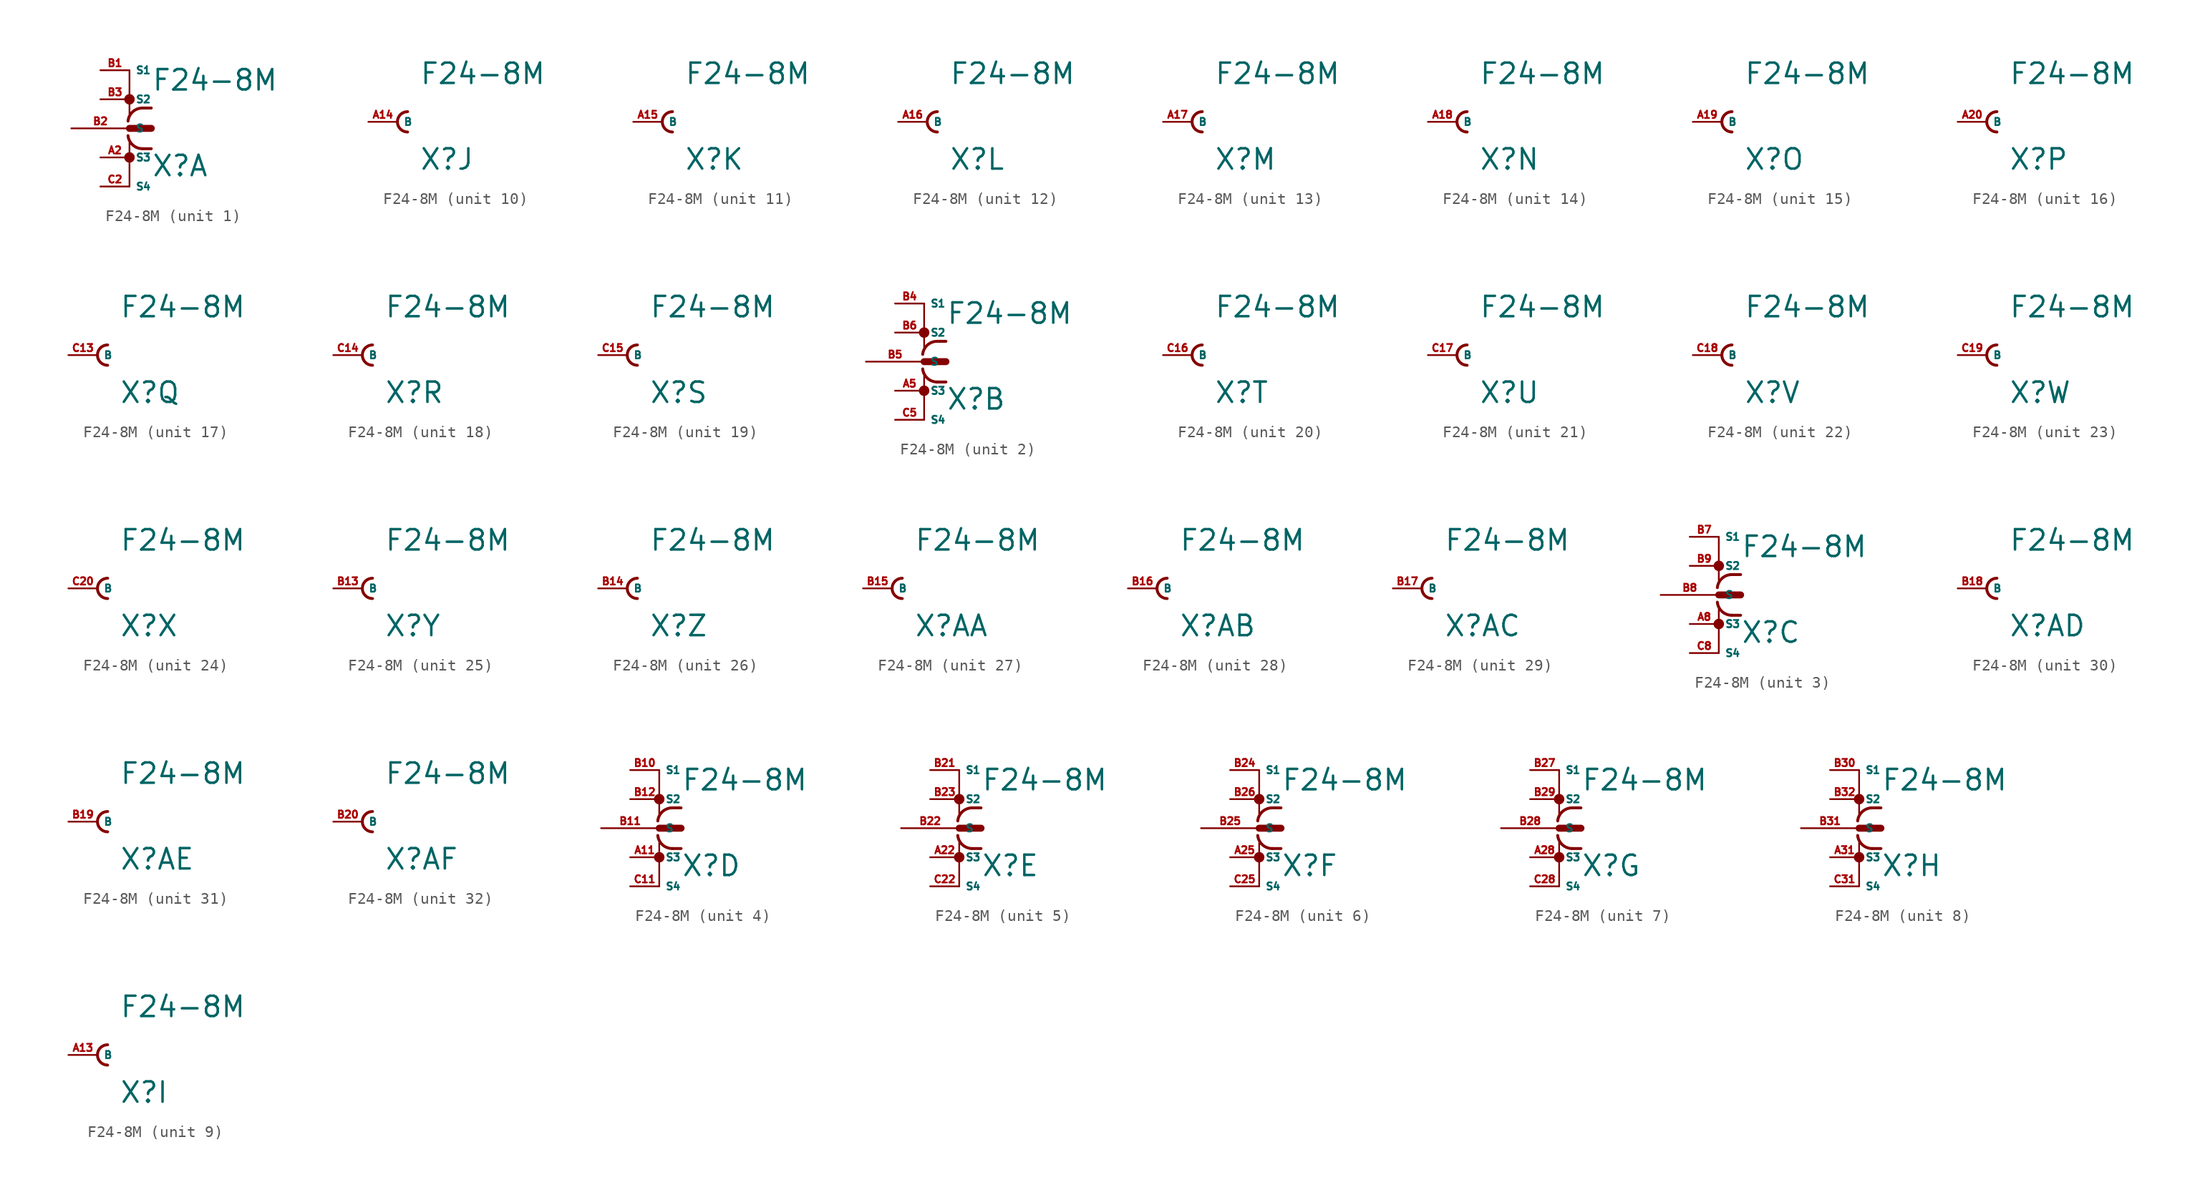
<source format=kicad_sym>
(kicad_symbol_lib
  (version 20220914)
  (generator Eagle2Kicad)
  (symbol "F24-8M"
    (property "Reference" "X"
      (at 1.905 -4.318 0)
      (effects (font (size 1.778 1.778) (thickness 0.22)) (justify left bottom)))
    (property "Value" "F24-8M"
      (at 1.905 3.175 0)
      (effects (font (size 1.778 1.778) (thickness 0.22)) (justify left bottom)))
    (symbol "F24-8M_1_0"
      (polyline (pts (xy 0 0) (xy 1.905 0)) (stroke (width 0.61) (type default)) (fill (type none)))
      (polyline (pts (xy 0 5.08) (xy 0 1.27)) (stroke (width 0.152) (type default)) (fill (type none)))
      (polyline (pts (xy 0 -5.08) (xy 0 -1.27)) (stroke (width 0.152) (type default)) (fill (type none)))
      (polyline (pts (xy 1.905 1.778) (xy 1.143 1.778)) (stroke (width 0.254) (type default)) (fill (type none)))
      (polyline (pts (xy 1.905 -1.778) (xy 1.143 -1.778)) (stroke (width 0.254) (type default)) (fill (type none)))
      (arc (start 1.143 1.778) (mid 0.287 1.452) (end -0.127 0.635) (stroke (width 0.254) (type default)) (fill (type none)))
      (arc (start -0.127 -0.635) (mid 0.287 -1.452) (end 1.143 -1.778) (stroke (width 0.254) (type default)) (fill (type none)))
      (circle (center 0 2.54) (radius 0.254) (stroke (width 0.406) (type default)) (fill (type none)))
      (circle (center 0 -2.54) (radius 0.254) (stroke (width 0.406) (type default)) (fill (type none)))
      (pin passive line (at -5.08 0 0) (length 5.08) (name "S" (effects (font (size 0.635 0.635) (thickness 0.08)) (justify left bottom))) (number "B2" (effects (font (size 0.635 0.635) (thickness 0.08)) (justify left bottom))))
      (pin passive line (at -2.54 5.08 0) (length 2.54) (name "S1" (effects (font (size 0.635 0.635) (thickness 0.08)) (justify left bottom))) (number "B1" (effects (font (size 0.635 0.635) (thickness 0.08)) (justify left bottom))))
      (pin passive line (at -2.54 2.54 0) (length 2.54) (name "S2" (effects (font (size 0.635 0.635) (thickness 0.08)) (justify left bottom))) (number "B3" (effects (font (size 0.635 0.635) (thickness 0.08)) (justify left bottom))))
      (pin passive line (at -2.54 -2.54 0) (length 2.54) (name "S3" (effects (font (size 0.635 0.635) (thickness 0.08)) (justify left bottom))) (number "A2" (effects (font (size 0.635 0.635) (thickness 0.08)) (justify left bottom))))
      (pin passive line (at -2.54 -5.08 0) (length 2.54) (name "S4" (effects (font (size 0.635 0.635) (thickness 0.08)) (justify left bottom))) (number "C2" (effects (font (size 0.635 0.635) (thickness 0.08)) (justify left bottom)))))
    (symbol "F24-8M_2_0"
      (polyline (pts (xy 0 0) (xy 1.905 0)) (stroke (width 0.61) (type default)) (fill (type none)))
      (polyline (pts (xy 0 5.08) (xy 0 1.27)) (stroke (width 0.152) (type default)) (fill (type none)))
      (polyline (pts (xy 0 -5.08) (xy 0 -1.27)) (stroke (width 0.152) (type default)) (fill (type none)))
      (polyline (pts (xy 1.905 1.778) (xy 1.143 1.778)) (stroke (width 0.254) (type default)) (fill (type none)))
      (polyline (pts (xy 1.905 -1.778) (xy 1.143 -1.778)) (stroke (width 0.254) (type default)) (fill (type none)))
      (arc (start 1.143 1.778) (mid 0.287 1.452) (end -0.127 0.635) (stroke (width 0.254) (type default)) (fill (type none)))
      (arc (start -0.127 -0.635) (mid 0.287 -1.452) (end 1.143 -1.778) (stroke (width 0.254) (type default)) (fill (type none)))
      (circle (center 0 2.54) (radius 0.254) (stroke (width 0.406) (type default)) (fill (type none)))
      (circle (center 0 -2.54) (radius 0.254) (stroke (width 0.406) (type default)) (fill (type none)))
      (pin passive line (at -5.08 0 0) (length 5.08) (name "S" (effects (font (size 0.635 0.635) (thickness 0.08)) (justify left bottom))) (number "B5" (effects (font (size 0.635 0.635) (thickness 0.08)) (justify left bottom))))
      (pin passive line (at -2.54 5.08 0) (length 2.54) (name "S1" (effects (font (size 0.635 0.635) (thickness 0.08)) (justify left bottom))) (number "B4" (effects (font (size 0.635 0.635) (thickness 0.08)) (justify left bottom))))
      (pin passive line (at -2.54 2.54 0) (length 2.54) (name "S2" (effects (font (size 0.635 0.635) (thickness 0.08)) (justify left bottom))) (number "B6" (effects (font (size 0.635 0.635) (thickness 0.08)) (justify left bottom))))
      (pin passive line (at -2.54 -2.54 0) (length 2.54) (name "S3" (effects (font (size 0.635 0.635) (thickness 0.08)) (justify left bottom))) (number "A5" (effects (font (size 0.635 0.635) (thickness 0.08)) (justify left bottom))))
      (pin passive line (at -2.54 -5.08 0) (length 2.54) (name "S4" (effects (font (size 0.635 0.635) (thickness 0.08)) (justify left bottom))) (number "C5" (effects (font (size 0.635 0.635) (thickness 0.08)) (justify left bottom)))))
    (symbol "F24-8M_3_0"
      (polyline (pts (xy 0 0) (xy 1.905 0)) (stroke (width 0.61) (type default)) (fill (type none)))
      (polyline (pts (xy 0 5.08) (xy 0 1.27)) (stroke (width 0.152) (type default)) (fill (type none)))
      (polyline (pts (xy 0 -5.08) (xy 0 -1.27)) (stroke (width 0.152) (type default)) (fill (type none)))
      (polyline (pts (xy 1.905 1.778) (xy 1.143 1.778)) (stroke (width 0.254) (type default)) (fill (type none)))
      (polyline (pts (xy 1.905 -1.778) (xy 1.143 -1.778)) (stroke (width 0.254) (type default)) (fill (type none)))
      (arc (start 1.143 1.778) (mid 0.287 1.452) (end -0.127 0.635) (stroke (width 0.254) (type default)) (fill (type none)))
      (arc (start -0.127 -0.635) (mid 0.287 -1.452) (end 1.143 -1.778) (stroke (width 0.254) (type default)) (fill (type none)))
      (circle (center 0 2.54) (radius 0.254) (stroke (width 0.406) (type default)) (fill (type none)))
      (circle (center 0 -2.54) (radius 0.254) (stroke (width 0.406) (type default)) (fill (type none)))
      (pin passive line (at -5.08 0 0) (length 5.08) (name "S" (effects (font (size 0.635 0.635) (thickness 0.08)) (justify left bottom))) (number "B8" (effects (font (size 0.635 0.635) (thickness 0.08)) (justify left bottom))))
      (pin passive line (at -2.54 5.08 0) (length 2.54) (name "S1" (effects (font (size 0.635 0.635) (thickness 0.08)) (justify left bottom))) (number "B7" (effects (font (size 0.635 0.635) (thickness 0.08)) (justify left bottom))))
      (pin passive line (at -2.54 2.54 0) (length 2.54) (name "S2" (effects (font (size 0.635 0.635) (thickness 0.08)) (justify left bottom))) (number "B9" (effects (font (size 0.635 0.635) (thickness 0.08)) (justify left bottom))))
      (pin passive line (at -2.54 -2.54 0) (length 2.54) (name "S3" (effects (font (size 0.635 0.635) (thickness 0.08)) (justify left bottom))) (number "A8" (effects (font (size 0.635 0.635) (thickness 0.08)) (justify left bottom))))
      (pin passive line (at -2.54 -5.08 0) (length 2.54) (name "S4" (effects (font (size 0.635 0.635) (thickness 0.08)) (justify left bottom))) (number "C8" (effects (font (size 0.635 0.635) (thickness 0.08)) (justify left bottom)))))
    (symbol "F24-8M_4_0"
      (polyline (pts (xy 0 0) (xy 1.905 0)) (stroke (width 0.61) (type default)) (fill (type none)))
      (polyline (pts (xy 0 5.08) (xy 0 1.27)) (stroke (width 0.152) (type default)) (fill (type none)))
      (polyline (pts (xy 0 -5.08) (xy 0 -1.27)) (stroke (width 0.152) (type default)) (fill (type none)))
      (polyline (pts (xy 1.905 1.778) (xy 1.143 1.778)) (stroke (width 0.254) (type default)) (fill (type none)))
      (polyline (pts (xy 1.905 -1.778) (xy 1.143 -1.778)) (stroke (width 0.254) (type default)) (fill (type none)))
      (arc (start 1.143 1.778) (mid 0.287 1.452) (end -0.127 0.635) (stroke (width 0.254) (type default)) (fill (type none)))
      (arc (start -0.127 -0.635) (mid 0.287 -1.452) (end 1.143 -1.778) (stroke (width 0.254) (type default)) (fill (type none)))
      (circle (center 0 2.54) (radius 0.254) (stroke (width 0.406) (type default)) (fill (type none)))
      (circle (center 0 -2.54) (radius 0.254) (stroke (width 0.406) (type default)) (fill (type none)))
      (pin passive line (at -5.08 0 0) (length 5.08) (name "S" (effects (font (size 0.635 0.635) (thickness 0.08)) (justify left bottom))) (number "B11" (effects (font (size 0.635 0.635) (thickness 0.08)) (justify left bottom))))
      (pin passive line (at -2.54 5.08 0) (length 2.54) (name "S1" (effects (font (size 0.635 0.635) (thickness 0.08)) (justify left bottom))) (number "B10" (effects (font (size 0.635 0.635) (thickness 0.08)) (justify left bottom))))
      (pin passive line (at -2.54 2.54 0) (length 2.54) (name "S2" (effects (font (size 0.635 0.635) (thickness 0.08)) (justify left bottom))) (number "B12" (effects (font (size 0.635 0.635) (thickness 0.08)) (justify left bottom))))
      (pin passive line (at -2.54 -2.54 0) (length 2.54) (name "S3" (effects (font (size 0.635 0.635) (thickness 0.08)) (justify left bottom))) (number "A11" (effects (font (size 0.635 0.635) (thickness 0.08)) (justify left bottom))))
      (pin passive line (at -2.54 -5.08 0) (length 2.54) (name "S4" (effects (font (size 0.635 0.635) (thickness 0.08)) (justify left bottom))) (number "C11" (effects (font (size 0.635 0.635) (thickness 0.08)) (justify left bottom)))))
    (symbol "F24-8M_5_0"
      (polyline (pts (xy 0 0) (xy 1.905 0)) (stroke (width 0.61) (type default)) (fill (type none)))
      (polyline (pts (xy 0 5.08) (xy 0 1.27)) (stroke (width 0.152) (type default)) (fill (type none)))
      (polyline (pts (xy 0 -5.08) (xy 0 -1.27)) (stroke (width 0.152) (type default)) (fill (type none)))
      (polyline (pts (xy 1.905 1.778) (xy 1.143 1.778)) (stroke (width 0.254) (type default)) (fill (type none)))
      (polyline (pts (xy 1.905 -1.778) (xy 1.143 -1.778)) (stroke (width 0.254) (type default)) (fill (type none)))
      (arc (start 1.143 1.778) (mid 0.287 1.452) (end -0.127 0.635) (stroke (width 0.254) (type default)) (fill (type none)))
      (arc (start -0.127 -0.635) (mid 0.287 -1.452) (end 1.143 -1.778) (stroke (width 0.254) (type default)) (fill (type none)))
      (circle (center 0 2.54) (radius 0.254) (stroke (width 0.406) (type default)) (fill (type none)))
      (circle (center 0 -2.54) (radius 0.254) (stroke (width 0.406) (type default)) (fill (type none)))
      (pin passive line (at -5.08 0 0) (length 5.08) (name "S" (effects (font (size 0.635 0.635) (thickness 0.08)) (justify left bottom))) (number "B22" (effects (font (size 0.635 0.635) (thickness 0.08)) (justify left bottom))))
      (pin passive line (at -2.54 5.08 0) (length 2.54) (name "S1" (effects (font (size 0.635 0.635) (thickness 0.08)) (justify left bottom))) (number "B21" (effects (font (size 0.635 0.635) (thickness 0.08)) (justify left bottom))))
      (pin passive line (at -2.54 2.54 0) (length 2.54) (name "S2" (effects (font (size 0.635 0.635) (thickness 0.08)) (justify left bottom))) (number "B23" (effects (font (size 0.635 0.635) (thickness 0.08)) (justify left bottom))))
      (pin passive line (at -2.54 -2.54 0) (length 2.54) (name "S3" (effects (font (size 0.635 0.635) (thickness 0.08)) (justify left bottom))) (number "A22" (effects (font (size 0.635 0.635) (thickness 0.08)) (justify left bottom))))
      (pin passive line (at -2.54 -5.08 0) (length 2.54) (name "S4" (effects (font (size 0.635 0.635) (thickness 0.08)) (justify left bottom))) (number "C22" (effects (font (size 0.635 0.635) (thickness 0.08)) (justify left bottom)))))
    (symbol "F24-8M_6_0"
      (polyline (pts (xy 0 0) (xy 1.905 0)) (stroke (width 0.61) (type default)) (fill (type none)))
      (polyline (pts (xy 0 5.08) (xy 0 1.27)) (stroke (width 0.152) (type default)) (fill (type none)))
      (polyline (pts (xy 0 -5.08) (xy 0 -1.27)) (stroke (width 0.152) (type default)) (fill (type none)))
      (polyline (pts (xy 1.905 1.778) (xy 1.143 1.778)) (stroke (width 0.254) (type default)) (fill (type none)))
      (polyline (pts (xy 1.905 -1.778) (xy 1.143 -1.778)) (stroke (width 0.254) (type default)) (fill (type none)))
      (arc (start 1.143 1.778) (mid 0.287 1.452) (end -0.127 0.635) (stroke (width 0.254) (type default)) (fill (type none)))
      (arc (start -0.127 -0.635) (mid 0.287 -1.452) (end 1.143 -1.778) (stroke (width 0.254) (type default)) (fill (type none)))
      (circle (center 0 2.54) (radius 0.254) (stroke (width 0.406) (type default)) (fill (type none)))
      (circle (center 0 -2.54) (radius 0.254) (stroke (width 0.406) (type default)) (fill (type none)))
      (pin passive line (at -5.08 0 0) (length 5.08) (name "S" (effects (font (size 0.635 0.635) (thickness 0.08)) (justify left bottom))) (number "B25" (effects (font (size 0.635 0.635) (thickness 0.08)) (justify left bottom))))
      (pin passive line (at -2.54 5.08 0) (length 2.54) (name "S1" (effects (font (size 0.635 0.635) (thickness 0.08)) (justify left bottom))) (number "B24" (effects (font (size 0.635 0.635) (thickness 0.08)) (justify left bottom))))
      (pin passive line (at -2.54 2.54 0) (length 2.54) (name "S2" (effects (font (size 0.635 0.635) (thickness 0.08)) (justify left bottom))) (number "B26" (effects (font (size 0.635 0.635) (thickness 0.08)) (justify left bottom))))
      (pin passive line (at -2.54 -2.54 0) (length 2.54) (name "S3" (effects (font (size 0.635 0.635) (thickness 0.08)) (justify left bottom))) (number "A25" (effects (font (size 0.635 0.635) (thickness 0.08)) (justify left bottom))))
      (pin passive line (at -2.54 -5.08 0) (length 2.54) (name "S4" (effects (font (size 0.635 0.635) (thickness 0.08)) (justify left bottom))) (number "C25" (effects (font (size 0.635 0.635) (thickness 0.08)) (justify left bottom)))))
    (symbol "F24-8M_7_0"
      (polyline (pts (xy 0 0) (xy 1.905 0)) (stroke (width 0.61) (type default)) (fill (type none)))
      (polyline (pts (xy 0 5.08) (xy 0 1.27)) (stroke (width 0.152) (type default)) (fill (type none)))
      (polyline (pts (xy 0 -5.08) (xy 0 -1.27)) (stroke (width 0.152) (type default)) (fill (type none)))
      (polyline (pts (xy 1.905 1.778) (xy 1.143 1.778)) (stroke (width 0.254) (type default)) (fill (type none)))
      (polyline (pts (xy 1.905 -1.778) (xy 1.143 -1.778)) (stroke (width 0.254) (type default)) (fill (type none)))
      (arc (start 1.143 1.778) (mid 0.287 1.452) (end -0.127 0.635) (stroke (width 0.254) (type default)) (fill (type none)))
      (arc (start -0.127 -0.635) (mid 0.287 -1.452) (end 1.143 -1.778) (stroke (width 0.254) (type default)) (fill (type none)))
      (circle (center 0 2.54) (radius 0.254) (stroke (width 0.406) (type default)) (fill (type none)))
      (circle (center 0 -2.54) (radius 0.254) (stroke (width 0.406) (type default)) (fill (type none)))
      (pin passive line (at -5.08 0 0) (length 5.08) (name "S" (effects (font (size 0.635 0.635) (thickness 0.08)) (justify left bottom))) (number "B28" (effects (font (size 0.635 0.635) (thickness 0.08)) (justify left bottom))))
      (pin passive line (at -2.54 5.08 0) (length 2.54) (name "S1" (effects (font (size 0.635 0.635) (thickness 0.08)) (justify left bottom))) (number "B27" (effects (font (size 0.635 0.635) (thickness 0.08)) (justify left bottom))))
      (pin passive line (at -2.54 2.54 0) (length 2.54) (name "S2" (effects (font (size 0.635 0.635) (thickness 0.08)) (justify left bottom))) (number "B29" (effects (font (size 0.635 0.635) (thickness 0.08)) (justify left bottom))))
      (pin passive line (at -2.54 -2.54 0) (length 2.54) (name "S3" (effects (font (size 0.635 0.635) (thickness 0.08)) (justify left bottom))) (number "A28" (effects (font (size 0.635 0.635) (thickness 0.08)) (justify left bottom))))
      (pin passive line (at -2.54 -5.08 0) (length 2.54) (name "S4" (effects (font (size 0.635 0.635) (thickness 0.08)) (justify left bottom))) (number "C28" (effects (font (size 0.635 0.635) (thickness 0.08)) (justify left bottom)))))
    (symbol "F24-8M_8_0"
      (polyline (pts (xy 0 0) (xy 1.905 0)) (stroke (width 0.61) (type default)) (fill (type none)))
      (polyline (pts (xy 0 5.08) (xy 0 1.27)) (stroke (width 0.152) (type default)) (fill (type none)))
      (polyline (pts (xy 0 -5.08) (xy 0 -1.27)) (stroke (width 0.152) (type default)) (fill (type none)))
      (polyline (pts (xy 1.905 1.778) (xy 1.143 1.778)) (stroke (width 0.254) (type default)) (fill (type none)))
      (polyline (pts (xy 1.905 -1.778) (xy 1.143 -1.778)) (stroke (width 0.254) (type default)) (fill (type none)))
      (arc (start 1.143 1.778) (mid 0.287 1.452) (end -0.127 0.635) (stroke (width 0.254) (type default)) (fill (type none)))
      (arc (start -0.127 -0.635) (mid 0.287 -1.452) (end 1.143 -1.778) (stroke (width 0.254) (type default)) (fill (type none)))
      (circle (center 0 2.54) (radius 0.254) (stroke (width 0.406) (type default)) (fill (type none)))
      (circle (center 0 -2.54) (radius 0.254) (stroke (width 0.406) (type default)) (fill (type none)))
      (pin passive line (at -5.08 0 0) (length 5.08) (name "S" (effects (font (size 0.635 0.635) (thickness 0.08)) (justify left bottom))) (number "B31" (effects (font (size 0.635 0.635) (thickness 0.08)) (justify left bottom))))
      (pin passive line (at -2.54 5.08 0) (length 2.54) (name "S1" (effects (font (size 0.635 0.635) (thickness 0.08)) (justify left bottom))) (number "B30" (effects (font (size 0.635 0.635) (thickness 0.08)) (justify left bottom))))
      (pin passive line (at -2.54 2.54 0) (length 2.54) (name "S2" (effects (font (size 0.635 0.635) (thickness 0.08)) (justify left bottom))) (number "B32" (effects (font (size 0.635 0.635) (thickness 0.08)) (justify left bottom))))
      (pin passive line (at -2.54 -2.54 0) (length 2.54) (name "S3" (effects (font (size 0.635 0.635) (thickness 0.08)) (justify left bottom))) (number "A31" (effects (font (size 0.635 0.635) (thickness 0.08)) (justify left bottom))))
      (pin passive line (at -2.54 -5.08 0) (length 2.54) (name "S4" (effects (font (size 0.635 0.635) (thickness 0.08)) (justify left bottom))) (number "C31" (effects (font (size 0.635 0.635) (thickness 0.08)) (justify left bottom)))))
    (symbol "F24-8M_9_0"
      (arc (start 0.889 0.889) (mid 0.000 0.000) (end 0.889 -0.889) (stroke (width 0.254) (type default)) (fill (type none)))
      (pin passive line (at -2.54 0 0) (length 2.54) (name "B" (effects (font (size 0.635 0.635) (thickness 0.08)) (justify left bottom))) (number "A13" (effects (font (size 0.635 0.635) (thickness 0.08)) (justify left bottom)))))
    (symbol "F24-8M_10_0"
      (arc (start 0.889 0.889) (mid 0.000 0.000) (end 0.889 -0.889) (stroke (width 0.254) (type default)) (fill (type none)))
      (pin passive line (at -2.54 0 0) (length 2.54) (name "B" (effects (font (size 0.635 0.635) (thickness 0.08)) (justify left bottom))) (number "A14" (effects (font (size 0.635 0.635) (thickness 0.08)) (justify left bottom)))))
    (symbol "F24-8M_11_0"
      (arc (start 0.889 0.889) (mid 0.000 0.000) (end 0.889 -0.889) (stroke (width 0.254) (type default)) (fill (type none)))
      (pin passive line (at -2.54 0 0) (length 2.54) (name "B" (effects (font (size 0.635 0.635) (thickness 0.08)) (justify left bottom))) (number "A15" (effects (font (size 0.635 0.635) (thickness 0.08)) (justify left bottom)))))
    (symbol "F24-8M_12_0"
      (arc (start 0.889 0.889) (mid 0.000 0.000) (end 0.889 -0.889) (stroke (width 0.254) (type default)) (fill (type none)))
      (pin passive line (at -2.54 0 0) (length 2.54) (name "B" (effects (font (size 0.635 0.635) (thickness 0.08)) (justify left bottom))) (number "A16" (effects (font (size 0.635 0.635) (thickness 0.08)) (justify left bottom)))))
    (symbol "F24-8M_13_0"
      (arc (start 0.889 0.889) (mid 0.000 0.000) (end 0.889 -0.889) (stroke (width 0.254) (type default)) (fill (type none)))
      (pin passive line (at -2.54 0 0) (length 2.54) (name "B" (effects (font (size 0.635 0.635) (thickness 0.08)) (justify left bottom))) (number "A17" (effects (font (size 0.635 0.635) (thickness 0.08)) (justify left bottom)))))
    (symbol "F24-8M_14_0"
      (arc (start 0.889 0.889) (mid 0.000 0.000) (end 0.889 -0.889) (stroke (width 0.254) (type default)) (fill (type none)))
      (pin passive line (at -2.54 0 0) (length 2.54) (name "B" (effects (font (size 0.635 0.635) (thickness 0.08)) (justify left bottom))) (number "A18" (effects (font (size 0.635 0.635) (thickness 0.08)) (justify left bottom)))))
    (symbol "F24-8M_15_0"
      (arc (start 0.889 0.889) (mid 0.000 0.000) (end 0.889 -0.889) (stroke (width 0.254) (type default)) (fill (type none)))
      (pin passive line (at -2.54 0 0) (length 2.54) (name "B" (effects (font (size 0.635 0.635) (thickness 0.08)) (justify left bottom))) (number "A19" (effects (font (size 0.635 0.635) (thickness 0.08)) (justify left bottom)))))
    (symbol "F24-8M_16_0"
      (arc (start 0.889 0.889) (mid 0.000 0.000) (end 0.889 -0.889) (stroke (width 0.254) (type default)) (fill (type none)))
      (pin passive line (at -2.54 0 0) (length 2.54) (name "B" (effects (font (size 0.635 0.635) (thickness 0.08)) (justify left bottom))) (number "A20" (effects (font (size 0.635 0.635) (thickness 0.08)) (justify left bottom)))))
    (symbol "F24-8M_17_0"
      (arc (start 0.889 0.889) (mid 0.000 0.000) (end 0.889 -0.889) (stroke (width 0.254) (type default)) (fill (type none)))
      (pin passive line (at -2.54 0 0) (length 2.54) (name "B" (effects (font (size 0.635 0.635) (thickness 0.08)) (justify left bottom))) (number "C13" (effects (font (size 0.635 0.635) (thickness 0.08)) (justify left bottom)))))
    (symbol "F24-8M_18_0"
      (arc (start 0.889 0.889) (mid 0.000 0.000) (end 0.889 -0.889) (stroke (width 0.254) (type default)) (fill (type none)))
      (pin passive line (at -2.54 0 0) (length 2.54) (name "B" (effects (font (size 0.635 0.635) (thickness 0.08)) (justify left bottom))) (number "C14" (effects (font (size 0.635 0.635) (thickness 0.08)) (justify left bottom)))))
    (symbol "F24-8M_19_0"
      (arc (start 0.889 0.889) (mid 0.000 0.000) (end 0.889 -0.889) (stroke (width 0.254) (type default)) (fill (type none)))
      (pin passive line (at -2.54 0 0) (length 2.54) (name "B" (effects (font (size 0.635 0.635) (thickness 0.08)) (justify left bottom))) (number "C15" (effects (font (size 0.635 0.635) (thickness 0.08)) (justify left bottom)))))
    (symbol "F24-8M_20_0"
      (arc (start 0.889 0.889) (mid 0.000 0.000) (end 0.889 -0.889) (stroke (width 0.254) (type default)) (fill (type none)))
      (pin passive line (at -2.54 0 0) (length 2.54) (name "B" (effects (font (size 0.635 0.635) (thickness 0.08)) (justify left bottom))) (number "C16" (effects (font (size 0.635 0.635) (thickness 0.08)) (justify left bottom)))))
    (symbol "F24-8M_21_0"
      (arc (start 0.889 0.889) (mid 0.000 0.000) (end 0.889 -0.889) (stroke (width 0.254) (type default)) (fill (type none)))
      (pin passive line (at -2.54 0 0) (length 2.54) (name "B" (effects (font (size 0.635 0.635) (thickness 0.08)) (justify left bottom))) (number "C17" (effects (font (size 0.635 0.635) (thickness 0.08)) (justify left bottom)))))
    (symbol "F24-8M_22_0"
      (arc (start 0.889 0.889) (mid 0.000 0.000) (end 0.889 -0.889) (stroke (width 0.254) (type default)) (fill (type none)))
      (pin passive line (at -2.54 0 0) (length 2.54) (name "B" (effects (font (size 0.635 0.635) (thickness 0.08)) (justify left bottom))) (number "C18" (effects (font (size 0.635 0.635) (thickness 0.08)) (justify left bottom)))))
    (symbol "F24-8M_23_0"
      (arc (start 0.889 0.889) (mid 0.000 0.000) (end 0.889 -0.889) (stroke (width 0.254) (type default)) (fill (type none)))
      (pin passive line (at -2.54 0 0) (length 2.54) (name "B" (effects (font (size 0.635 0.635) (thickness 0.08)) (justify left bottom))) (number "C19" (effects (font (size 0.635 0.635) (thickness 0.08)) (justify left bottom)))))
    (symbol "F24-8M_24_0"
      (arc (start 0.889 0.889) (mid 0.000 0.000) (end 0.889 -0.889) (stroke (width 0.254) (type default)) (fill (type none)))
      (pin passive line (at -2.54 0 0) (length 2.54) (name "B" (effects (font (size 0.635 0.635) (thickness 0.08)) (justify left bottom))) (number "C20" (effects (font (size 0.635 0.635) (thickness 0.08)) (justify left bottom)))))
    (symbol "F24-8M_25_0"
      (arc (start 0.889 0.889) (mid 0.000 0.000) (end 0.889 -0.889) (stroke (width 0.254) (type default)) (fill (type none)))
      (pin passive line (at -2.54 0 0) (length 2.54) (name "B" (effects (font (size 0.635 0.635) (thickness 0.08)) (justify left bottom))) (number "B13" (effects (font (size 0.635 0.635) (thickness 0.08)) (justify left bottom)))))
    (symbol "F24-8M_26_0"
      (arc (start 0.889 0.889) (mid 0.000 0.000) (end 0.889 -0.889) (stroke (width 0.254) (type default)) (fill (type none)))
      (pin passive line (at -2.54 0 0) (length 2.54) (name "B" (effects (font (size 0.635 0.635) (thickness 0.08)) (justify left bottom))) (number "B14" (effects (font (size 0.635 0.635) (thickness 0.08)) (justify left bottom)))))
    (symbol "F24-8M_27_0"
      (arc (start 0.889 0.889) (mid 0.000 0.000) (end 0.889 -0.889) (stroke (width 0.254) (type default)) (fill (type none)))
      (pin passive line (at -2.54 0 0) (length 2.54) (name "B" (effects (font (size 0.635 0.635) (thickness 0.08)) (justify left bottom))) (number "B15" (effects (font (size 0.635 0.635) (thickness 0.08)) (justify left bottom)))))
    (symbol "F24-8M_28_0"
      (arc (start 0.889 0.889) (mid 0.000 0.000) (end 0.889 -0.889) (stroke (width 0.254) (type default)) (fill (type none)))
      (pin passive line (at -2.54 0 0) (length 2.54) (name "B" (effects (font (size 0.635 0.635) (thickness 0.08)) (justify left bottom))) (number "B16" (effects (font (size 0.635 0.635) (thickness 0.08)) (justify left bottom)))))
    (symbol "F24-8M_29_0"
      (arc (start 0.889 0.889) (mid 0.000 0.000) (end 0.889 -0.889) (stroke (width 0.254) (type default)) (fill (type none)))
      (pin passive line (at -2.54 0 0) (length 2.54) (name "B" (effects (font (size 0.635 0.635) (thickness 0.08)) (justify left bottom))) (number "B17" (effects (font (size 0.635 0.635) (thickness 0.08)) (justify left bottom)))))
    (symbol "F24-8M_30_0"
      (arc (start 0.889 0.889) (mid 0.000 0.000) (end 0.889 -0.889) (stroke (width 0.254) (type default)) (fill (type none)))
      (pin passive line (at -2.54 0 0) (length 2.54) (name "B" (effects (font (size 0.635 0.635) (thickness 0.08)) (justify left bottom))) (number "B18" (effects (font (size 0.635 0.635) (thickness 0.08)) (justify left bottom)))))
    (symbol "F24-8M_31_0"
      (arc (start 0.889 0.889) (mid 0.000 0.000) (end 0.889 -0.889) (stroke (width 0.254) (type default)) (fill (type none)))
      (pin passive line (at -2.54 0 0) (length 2.54) (name "B" (effects (font (size 0.635 0.635) (thickness 0.08)) (justify left bottom))) (number "B19" (effects (font (size 0.635 0.635) (thickness 0.08)) (justify left bottom)))))
    (symbol "F24-8M_32_0"
      (arc (start 0.889 0.889) (mid 0.000 0.000) (end 0.889 -0.889) (stroke (width 0.254) (type default)) (fill (type none)))
      (pin passive line (at -2.54 0 0) (length 2.54) (name "B" (effects (font (size 0.635 0.635) (thickness 0.08)) (justify left bottom))) (number "B20" (effects (font (size 0.635 0.635) (thickness 0.08)) (justify left bottom)))))))
</source>
